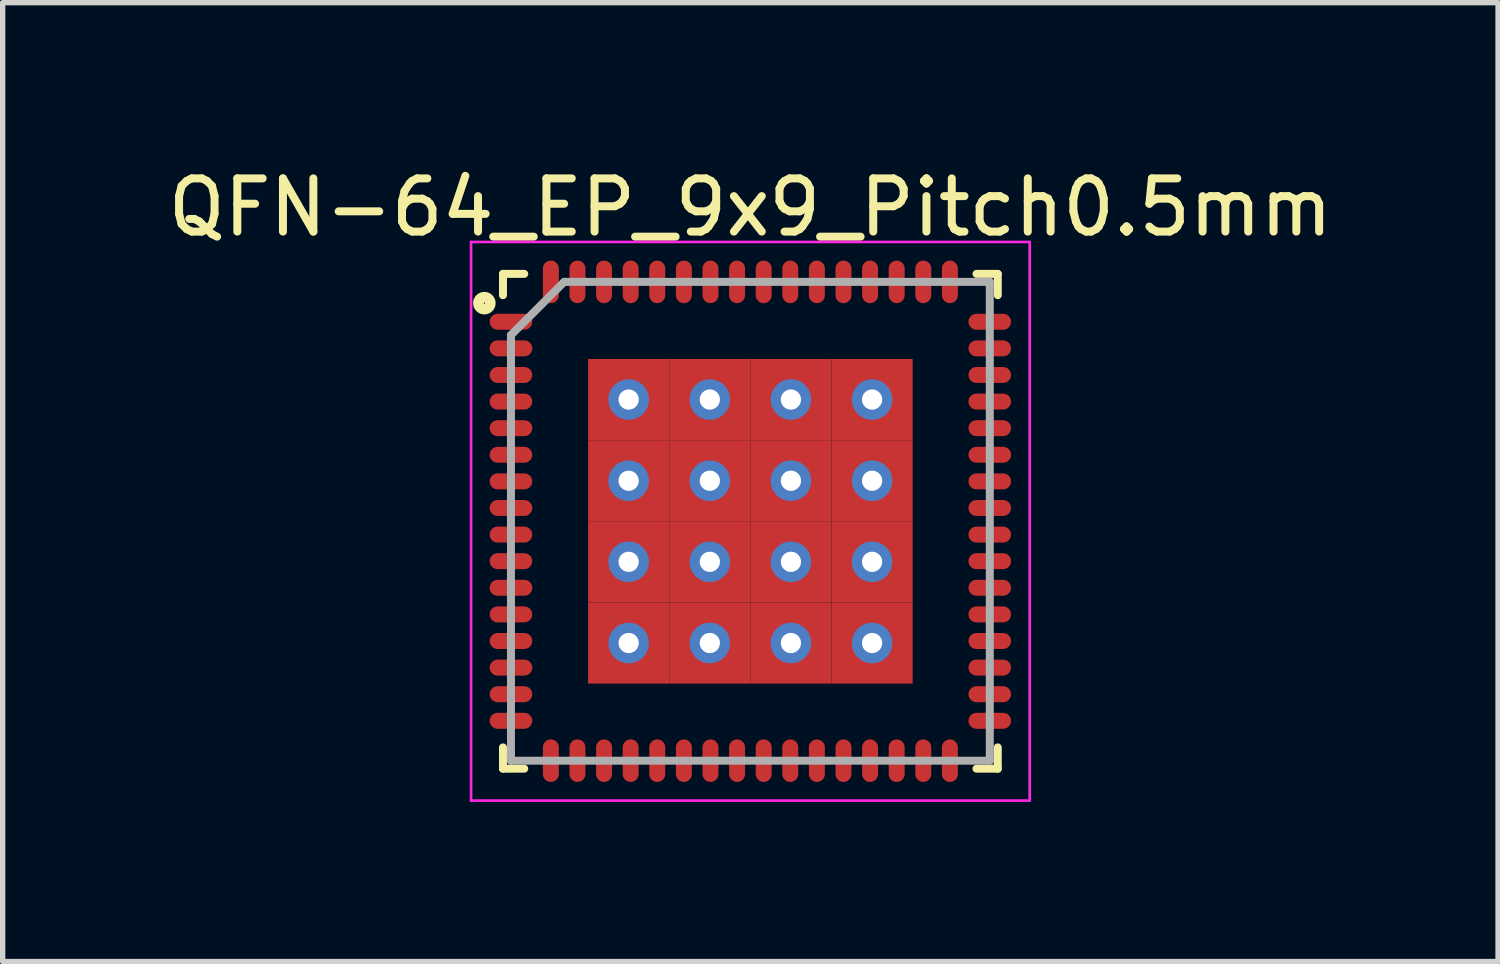
<source format=kicad_pcb>
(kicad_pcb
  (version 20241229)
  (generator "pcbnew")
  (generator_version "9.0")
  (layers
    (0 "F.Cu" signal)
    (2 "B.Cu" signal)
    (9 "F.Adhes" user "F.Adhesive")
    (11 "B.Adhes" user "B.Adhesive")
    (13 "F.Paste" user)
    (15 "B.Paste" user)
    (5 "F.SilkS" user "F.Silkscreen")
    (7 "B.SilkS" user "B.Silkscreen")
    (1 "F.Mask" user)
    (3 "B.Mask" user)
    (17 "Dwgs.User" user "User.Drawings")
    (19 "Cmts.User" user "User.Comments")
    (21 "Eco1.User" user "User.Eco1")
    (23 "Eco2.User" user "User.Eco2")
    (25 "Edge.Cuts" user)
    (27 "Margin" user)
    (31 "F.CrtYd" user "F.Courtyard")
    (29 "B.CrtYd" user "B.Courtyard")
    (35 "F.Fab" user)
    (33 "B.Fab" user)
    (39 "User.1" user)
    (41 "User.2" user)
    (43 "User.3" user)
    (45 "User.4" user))
  (footprint "QFN-64_EP_9x9_Pitch0.5mm"
    (layer "F.Cu")
    (at 11.054 6.748)
    (property "Reference" "QFN-64_EP_9x9_Pitch0.5mm" (at 0 -5.9 0) (layer "F.SilkS") (effects (font (size 1 1) (thickness 0.15))))
    (attr smd)
    (fp_line (start -4.65 -4.65) (end -4.65 -4.25) (stroke (width 0.15) (type solid)) (layer "F.SilkS"))
    (fp_line (start -4.65 4.65) (end -4.65 4.25) (stroke (width 0.15) (type solid)) (layer "F.SilkS"))
    (fp_line (start -4.25 -4.65) (end -4.65 -4.65) (stroke (width 0.15) (type solid)) (layer "F.SilkS"))
    (fp_line (start -4.25 4.65) (end -4.65 4.65) (stroke (width 0.15) (type solid)) (layer "F.SilkS"))
    (fp_line (start 4.25 -4.65) (end 4.65 -4.65) (stroke (width 0.15) (type solid)) (layer "F.SilkS"))
    (fp_line (start 4.25 4.65) (end 4.65 4.65) (stroke (width 0.15) (type solid)) (layer "F.SilkS"))
    (fp_line (start 4.65 -4.65) (end 4.65 -4.25) (stroke (width 0.15) (type solid)) (layer "F.SilkS"))
    (fp_line (start 4.65 4.65) (end 4.65 4.25) (stroke (width 0.15) (type solid)) (layer "F.SilkS"))
    (fp_circle (center -5 -4.1) (end -4.95 -4) (stroke (width 0.2) (type solid)) (fill no) (layer "F.SilkS"))
    (fp_line (start -5.25 -5.25) (end 5.25 -5.25) (stroke (width 0.05) (type solid)) (layer "F.CrtYd"))
    (fp_line (start -5.25 5.25) (end -5.25 -5.25) (stroke (width 0.05) (type solid)) (layer "F.CrtYd"))
    (fp_line (start 5.25 -5.25) (end 5.25 5.25) (stroke (width 0.05) (type solid)) (layer "F.CrtYd"))
    (fp_line (start 5.25 5.25) (end -5.25 5.25) (stroke (width 0.05) (type solid)) (layer "F.CrtYd"))
    (fp_line (start -4.5 -3.5) (end -4.5 4.5) (stroke (width 0.15) (type solid)) (layer "F.Fab"))
    (fp_line (start -4.5 4.5) (end 4.5 4.5) (stroke (width 0.15) (type solid)) (layer "F.Fab"))
    (fp_line (start -3.5 -4.5) (end -4.5 -3.5) (stroke (width 0.15) (type solid)) (layer "F.Fab"))
    (fp_line (start 4.5 -4.5) (end -3.5 -4.5) (stroke (width 0.15) (type solid)) (layer "F.Fab"))
    (fp_line (start 4.5 4.5) (end 4.5 -4.5) (stroke (width 0.15) (type solid)) (layer "F.Fab"))
    (pad "1" smd oval (at -4.5 -3.75 90) (size 0.3 0.8) (layers "F.Cu" "F.Mask" "F.Paste"))
    (pad "2" smd oval (at -4.5 -3.25 90) (size 0.3 0.8) (layers "F.Cu" "F.Mask" "F.Paste"))
    (pad "3" smd oval (at -4.5 -2.75 90) (size 0.3 0.8) (layers "F.Cu" "F.Mask" "F.Paste"))
    (pad "4" smd oval (at -4.5 -2.25 90) (size 0.3 0.8) (layers "F.Cu" "F.Mask" "F.Paste"))
    (pad "5" smd oval (at -4.5 -1.75 90) (size 0.3 0.8) (layers "F.Cu" "F.Mask" "F.Paste"))
    (pad "6" smd oval (at -4.5 -1.25 90) (size 0.3 0.8) (layers "F.Cu" "F.Mask" "F.Paste"))
    (pad "7" smd oval (at -4.5 -0.75 90) (size 0.3 0.8) (layers "F.Cu" "F.Mask" "F.Paste"))
    (pad "8" smd oval (at -4.5 -0.25 90) (size 0.3 0.8) (layers "F.Cu" "F.Mask" "F.Paste"))
    (pad "9" smd oval (at -4.5 0.25 90) (size 0.3 0.8) (layers "F.Cu" "F.Mask" "F.Paste"))
    (pad "10" smd oval (at -4.5 0.75 90) (size 0.3 0.8) (layers "F.Cu" "F.Mask" "F.Paste"))
    (pad "11" smd oval (at -4.5 1.25 90) (size 0.3 0.8) (layers "F.Cu" "F.Mask" "F.Paste"))
    (pad "12" smd oval (at -4.5 1.75 90) (size 0.3 0.8) (layers "F.Cu" "F.Mask" "F.Paste"))
    (pad "13" smd oval (at -4.5 2.25 90) (size 0.3 0.8) (layers "F.Cu" "F.Mask" "F.Paste"))
    (pad "14" smd oval (at -4.5 2.75 90) (size 0.3 0.8) (layers "F.Cu" "F.Mask" "F.Paste"))
    (pad "15" smd oval (at -4.5 3.25 90) (size 0.3 0.8) (layers "F.Cu" "F.Mask" "F.Paste"))
    (pad "16" smd oval (at -4.5 3.75 90) (size 0.3 0.8) (layers "F.Cu" "F.Mask" "F.Paste"))
    (pad "17" smd oval (at -3.75 4.5) (size 0.3 0.8) (layers "F.Cu" "F.Mask" "F.Paste"))
    (pad "18" smd oval (at -3.25 4.5) (size 0.3 0.8) (layers "F.Cu" "F.Mask" "F.Paste"))
    (pad "19" smd oval (at -2.75 4.5) (size 0.3 0.8) (layers "F.Cu" "F.Mask" "F.Paste"))
    (pad "20" smd oval (at -2.25 4.5) (size 0.3 0.8) (layers "F.Cu" "F.Mask" "F.Paste"))
    (pad "21" smd oval (at -1.75 4.5) (size 0.3 0.8) (layers "F.Cu" "F.Mask" "F.Paste"))
    (pad "22" smd oval (at -1.25 4.5) (size 0.3 0.8) (layers "F.Cu" "F.Mask" "F.Paste"))
    (pad "23" smd oval (at -0.75 4.5) (size 0.3 0.8) (layers "F.Cu" "F.Mask" "F.Paste"))
    (pad "24" smd oval (at -0.25 4.5) (size 0.3 0.8) (layers "F.Cu" "F.Mask" "F.Paste"))
    (pad "25" smd oval (at 0.25 4.5) (size 0.3 0.8) (layers "F.Cu" "F.Mask" "F.Paste"))
    (pad "26" smd oval (at 0.75 4.5) (size 0.3 0.8) (layers "F.Cu" "F.Mask" "F.Paste"))
    (pad "27" smd oval (at 1.25 4.5) (size 0.3 0.8) (layers "F.Cu" "F.Mask" "F.Paste"))
    (pad "28" smd oval (at 1.75 4.5) (size 0.3 0.8) (layers "F.Cu" "F.Mask" "F.Paste"))
    (pad "29" smd oval (at 2.25 4.5) (size 0.3 0.8) (layers "F.Cu" "F.Mask" "F.Paste"))
    (pad "30" smd oval (at 2.75 4.5) (size 0.3 0.8) (layers "F.Cu" "F.Mask" "F.Paste"))
    (pad "31" smd oval (at 3.25 4.5) (size 0.3 0.8) (layers "F.Cu" "F.Mask" "F.Paste"))
    (pad "32" smd oval (at 3.75 4.5) (size 0.3 0.8) (layers "F.Cu" "F.Mask" "F.Paste"))
    (pad "33" smd oval (at 4.5 3.75 90) (size 0.3 0.8) (layers "F.Cu" "F.Mask" "F.Paste"))
    (pad "34" smd oval (at 4.5 3.25 90) (size 0.3 0.8) (layers "F.Cu" "F.Mask" "F.Paste"))
    (pad "35" smd oval (at 4.5 2.75 90) (size 0.3 0.8) (layers "F.Cu" "F.Mask" "F.Paste"))
    (pad "36" smd oval (at 4.5 2.25 90) (size 0.3 0.8) (layers "F.Cu" "F.Mask" "F.Paste"))
    (pad "37" smd oval (at 4.5 1.75 90) (size 0.3 0.8) (layers "F.Cu" "F.Mask" "F.Paste"))
    (pad "38" smd oval (at 4.5 1.25 90) (size 0.3 0.8) (layers "F.Cu" "F.Mask" "F.Paste"))
    (pad "39" smd oval (at 4.5 0.75 90) (size 0.3 0.8) (layers "F.Cu" "F.Mask" "F.Paste"))
    (pad "40" smd oval (at 4.5 0.25 90) (size 0.3 0.8) (layers "F.Cu" "F.Mask" "F.Paste"))
    (pad "41" smd oval (at 4.5 -0.25 90) (size 0.3 0.8) (layers "F.Cu" "F.Mask" "F.Paste"))
    (pad "42" smd oval (at 4.5 -0.75 90) (size 0.3 0.8) (layers "F.Cu" "F.Mask" "F.Paste"))
    (pad "43" smd oval (at 4.5 -1.25 90) (size 0.3 0.8) (layers "F.Cu" "F.Mask" "F.Paste"))
    (pad "44" smd oval (at 4.5 -1.75 90) (size 0.3 0.8) (layers "F.Cu" "F.Mask" "F.Paste"))
    (pad "45" smd oval (at 4.5 -2.25 90) (size 0.3 0.8) (layers "F.Cu" "F.Mask" "F.Paste"))
    (pad "46" smd oval (at 4.5 -2.75 90) (size 0.3 0.8) (layers "F.Cu" "F.Mask" "F.Paste"))
    (pad "47" smd oval (at 4.5 -3.25 90) (size 0.3 0.8) (layers "F.Cu" "F.Mask" "F.Paste"))
    (pad "48" smd oval (at 4.5 -3.75 90) (size 0.3 0.8) (layers "F.Cu" "F.Mask" "F.Paste"))
    (pad "49" smd oval (at 3.75 -4.5) (size 0.3 0.8) (layers "F.Cu" "F.Mask" "F.Paste"))
    (pad "50" smd oval (at 3.25 -4.5) (size 0.3 0.8) (layers "F.Cu" "F.Mask" "F.Paste"))
    (pad "51" smd oval (at 2.75 -4.5) (size 0.3 0.8) (layers "F.Cu" "F.Mask" "F.Paste"))
    (pad "52" smd oval (at 2.25 -4.5) (size 0.3 0.8) (layers "F.Cu" "F.Mask" "F.Paste"))
    (pad "53" smd oval (at 1.75 -4.5) (size 0.3 0.8) (layers "F.Cu" "F.Mask" "F.Paste"))
    (pad "54" smd oval (at 1.25 -4.5) (size 0.3 0.8) (layers "F.Cu" "F.Mask" "F.Paste"))
    (pad "55" smd oval (at 0.75 -4.5) (size 0.3 0.8) (layers "F.Cu" "F.Mask" "F.Paste"))
    (pad "56" smd oval (at 0.25 -4.5) (size 0.3 0.8) (layers "F.Cu" "F.Mask" "F.Paste"))
    (pad "57" smd oval (at -0.25 -4.5) (size 0.3 0.8) (layers "F.Cu" "F.Mask" "F.Paste"))
    (pad "58" smd oval (at -0.75 -4.5) (size 0.3 0.8) (layers "F.Cu" "F.Mask" "F.Paste"))
    (pad "59" smd oval (at -1.25 -4.5) (size 0.3 0.8) (layers "F.Cu" "F.Mask" "F.Paste"))
    (pad "60" smd oval (at -1.75 -4.5) (size 0.3 0.8) (layers "F.Cu" "F.Mask" "F.Paste"))
    (pad "61" smd oval (at -2.25 -4.5) (size 0.3 0.8) (layers "F.Cu" "F.Mask" "F.Paste"))
    (pad "62" smd oval (at -2.75 -4.5) (size 0.3 0.8) (layers "F.Cu" "F.Mask" "F.Paste"))
    (pad "63" smd oval (at -3.25 -4.5) (size 0.3 0.8) (layers "F.Cu" "F.Mask" "F.Paste"))
    (pad "64" smd oval (at -3.75 -4.5) (size 0.3 0.8) (layers "F.Cu" "F.Mask" "F.Paste"))
    (pad "65" thru_hole circle (at -2.288 -2.288) (size 0.762 0.762) (drill 0.381) (layers "*.Cu" "*.Mask"))
    (pad "65" smd rect (at -2.288 -2.288) (size 1.525 1.525) (layers "F.Cu" "F.Mask" "F.Paste"))
    (pad "65" thru_hole circle (at -2.288 -0.762) (size 0.762 0.762) (drill 0.381) (layers "*.Cu" "*.Mask"))
    (pad "65" smd rect (at -2.288 -0.762) (size 1.525 1.525) (layers "F.Cu" "F.Mask" "F.Paste"))
    (pad "65" thru_hole circle (at -2.288 0.762) (size 0.762 0.762) (drill 0.381) (layers "*.Cu" "*.Mask"))
    (pad "65" smd rect (at -2.288 0.762) (size 1.525 1.525) (layers "F.Cu" "F.Mask" "F.Paste"))
    (pad "65" thru_hole circle (at -2.288 2.288) (size 0.762 0.762) (drill 0.381) (layers "*.Cu" "*.Mask"))
    (pad "65" smd rect (at -2.288 2.288) (size 1.525 1.525) (layers "F.Cu" "F.Mask" "F.Paste"))
    (pad "65" thru_hole circle (at -0.762 -2.288) (size 0.762 0.762) (drill 0.381) (layers "*.Cu" "*.Mask"))
    (pad "65" smd rect (at -0.762 -2.288) (size 1.525 1.525) (layers "F.Cu" "F.Mask" "F.Paste"))
    (pad "65" thru_hole circle (at -0.762 -0.762) (size 0.762 0.762) (drill 0.381) (layers "*.Cu" "*.Mask"))
    (pad "65" smd rect (at -0.762 -0.762) (size 1.525 1.525) (layers "F.Cu" "F.Mask" "F.Paste"))
    (pad "65" thru_hole circle (at -0.762 0.762) (size 0.762 0.762) (drill 0.381) (layers "*.Cu" "*.Mask"))
    (pad "65" smd rect (at -0.762 0.762) (size 1.525 1.525) (layers "F.Cu" "F.Mask" "F.Paste"))
    (pad "65" thru_hole circle (at -0.762 2.288) (size 0.762 0.762) (drill 0.381) (layers "*.Cu" "*.Mask"))
    (pad "65" smd rect (at -0.762 2.288) (size 1.525 1.525) (layers "F.Cu" "F.Mask" "F.Paste"))
    (pad "65" thru_hole circle (at 0.762 -2.288) (size 0.762 0.762) (drill 0.381) (layers "*.Cu" "*.Mask"))
    (pad "65" smd rect (at 0.762 -2.288) (size 1.525 1.525) (layers "F.Cu" "F.Mask" "F.Paste"))
    (pad "65" thru_hole circle (at 0.762 -0.762) (size 0.762 0.762) (drill 0.381) (layers "*.Cu" "*.Mask"))
    (pad "65" smd rect (at 0.762 -0.762) (size 1.525 1.525) (layers "F.Cu" "F.Mask" "F.Paste"))
    (pad "65" thru_hole circle (at 0.762 0.762) (size 0.762 0.762) (drill 0.381) (layers "*.Cu" "*.Mask"))
    (pad "65" smd rect (at 0.762 0.762) (size 1.525 1.525) (layers "F.Cu" "F.Mask" "F.Paste"))
    (pad "65" thru_hole circle (at 0.762 2.288) (size 0.762 0.762) (drill 0.381) (layers "*.Cu" "*.Mask"))
    (pad "65" smd rect (at 0.762 2.288) (size 1.525 1.525) (layers "F.Cu" "F.Mask" "F.Paste"))
    (pad "65" thru_hole circle (at 2.288 -2.288) (size 0.762 0.762) (drill 0.381) (layers "*.Cu" "*.Mask"))
    (pad "65" smd rect (at 2.288 -2.288) (size 1.525 1.525) (layers "F.Cu" "F.Mask" "F.Paste"))
    (pad "65" thru_hole circle (at 2.288 -0.762) (size 0.762 0.762) (drill 0.381) (layers "*.Cu" "*.Mask"))
    (pad "65" smd rect (at 2.288 -0.762) (size 1.525 1.525) (layers "F.Cu" "F.Mask" "F.Paste"))
    (pad "65" thru_hole circle (at 2.288 0.762) (size 0.762 0.762) (drill 0.381) (layers "*.Cu" "*.Mask"))
    (pad "65" smd rect (at 2.288 0.762) (size 1.525 1.525) (layers "F.Cu" "F.Mask" "F.Paste"))
    (pad "65" thru_hole circle (at 2.288 2.288) (size 0.762 0.762) (drill 0.381) (layers "*.Cu" "*.Mask"))
    (pad "65" smd rect (at 2.288 2.288) (size 1.525 1.525) (layers "F.Cu" "F.Mask" "F.Paste")))
  (gr_rect
    (start -3 -3)
    (end 25.107 15.023)
    (stroke (width 0.1) (type default))
    (fill no)
    (layer "Edge.Cuts")))
</source>
